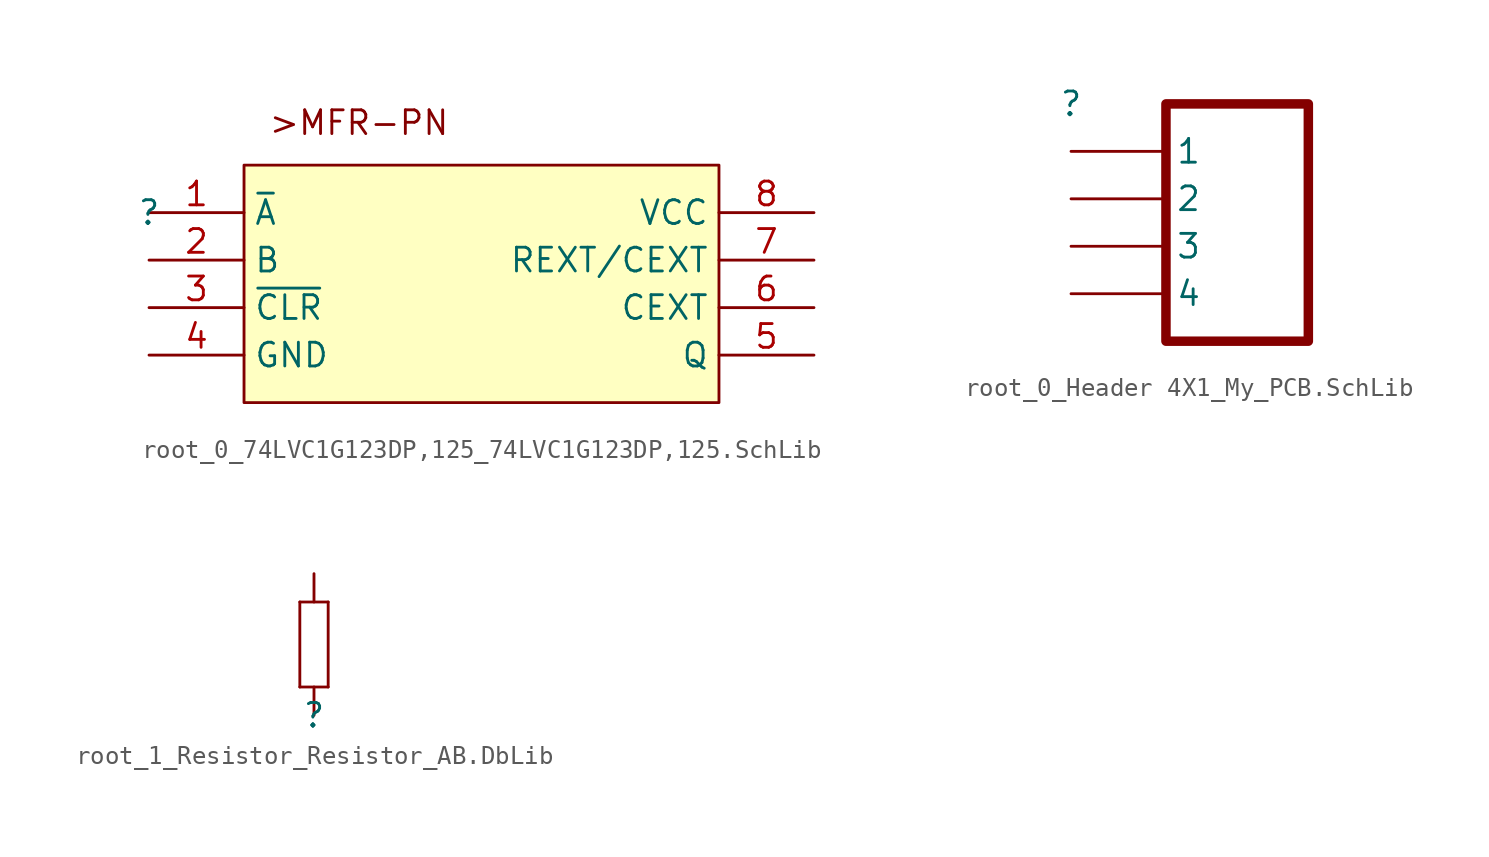
<source format=kicad_sym>
(kicad_symbol_lib
  (version 20241209)
  (generator "kicad_symbol_editor")
  (generator_version "9.0")
  (symbol "root_0_74LVC1G123DP,125_74LVC1G123DP,125.SchLib"
    (property "Reference" ""
      (at 0 0 0)
      (effects (font (size 1.27 1.27))))
    (property "Value" ""
      (at 0 0 0)
      (effects (font (size 1.27 1.27))))
    (symbol "root_0_74LVC1G123DP,125_74LVC1G123DP,125.SchLib_1_0"
      (rectangle (start 30.48 2.54) (end 5.08 -10.16) (stroke (width 0) (type solid) (color 128 0 0 1)) (fill (type background)))
      (text ">MFR-PN" (at 6.35 4.064 0) (effects (font (size 1.27 1.27)) (justify left bottom)))
      (pin bidirectional line (at 0 0 0) (length 5.08) (name "~{A}" (effects (font (size 1.27 1.27)))) (number "1" (effects (font (size 1.27 1.27)))))
      (pin bidirectional line (at 0 -2.54 0) (length 5.08) (name "B" (effects (font (size 1.27 1.27)))) (number "2" (effects (font (size 1.27 1.27)))))
      (pin bidirectional line (at 0 -5.08 0) (length 5.08) (name "~{CLR}" (effects (font (size 1.27 1.27)))) (number "3" (effects (font (size 1.27 1.27)))))
      (pin bidirectional line (at 0 -7.62 0) (length 5.08) (name "GND" (effects (font (size 1.27 1.27)))) (number "4" (effects (font (size 1.27 1.27)))))
      (pin bidirectional line (at 35.56 0 180) (length 5.08) (name "VCC" (effects (font (size 1.27 1.27)))) (number "8" (effects (font (size 1.27 1.27)))))
      (pin bidirectional line (at 35.56 -2.54 180) (length 5.08) (name "REXT/CEXT" (effects (font (size 1.27 1.27)))) (number "7" (effects (font (size 1.27 1.27)))))
      (pin bidirectional line (at 35.56 -5.08 180) (length 5.08) (name "CEXT" (effects (font (size 1.27 1.27)))) (number "6" (effects (font (size 1.27 1.27)))))
      (pin bidirectional line (at 35.56 -7.62 180) (length 5.08) (name "Q" (effects (font (size 1.27 1.27)))) (number "5" (effects (font (size 1.27 1.27)))))))
  (symbol "root_0_Header 4X1_My_PCB.SchLib"
    (pin_numbers
      (hide yes))
    (property "Reference" ""
      (at 0 0 0)
      (effects (font (size 1.27 1.27))))
    (property "Value" ""
      (at 0 0 0)
      (effects (font (size 1.27 1.27))))
    (symbol "root_0_Header 4X1_My_PCB.SchLib_1_0"
      (polyline (pts (xy 5.08 0) (xy 5.08 -12.7) (xy 12.7 -12.7) (xy 12.7 0) (xy 5.08 0)) (stroke (width 0.508) (type solid)) (fill (type none)))
      (pin passive line (at 0 -2.54 0) (length 5.08) (name "1" (effects (font (size 1.27 1.27)))) (number "1" (effects (font (size 1.27 1.27)))))
      (pin passive line (at 0 -5.08 0) (length 5.08) (name "2" (effects (font (size 1.27 1.27)))) (number "2" (effects (font (size 1.27 1.27)))))
      (pin passive line (at 0 -7.62 0) (length 5.08) (name "3" (effects (font (size 1.27 1.27)))) (number "3" (effects (font (size 1.27 1.27)))))
      (pin passive line (at 0 -10.16 0) (length 5.08) (name "4" (effects (font (size 1.27 1.27)))) (number "4" (effects (font (size 1.27 1.27)))))))
  (symbol "root_1_Resistor_Resistor_AB.DbLib"
    (pin_numbers
      (hide yes))
    (pin_names
      (hide yes))
    (property "Reference" ""
      (at 0 0 0)
      (effects (font (size 1.27 1.27))))
    (property "Value" ""
      (at 0 0 0)
      (effects (font (size 1.27 1.27))))
    (symbol "root_1_Resistor_Resistor_AB.DbLib_1_0"
      (polyline (pts (xy -0.762 6.096) (xy -0.762 1.524)) (stroke (width 0) (type solid)) (fill (type none)))
      (polyline (pts (xy -0.762 1.524) (xy 0.762 1.524)) (stroke (width 0) (type solid)) (fill (type none)))
      (polyline (pts (xy 0.762 6.096) (xy -0.762 6.096)) (stroke (width 0) (type solid)) (fill (type none)))
      (polyline (pts (xy 0.762 1.524) (xy 0.762 6.096)) (stroke (width 0) (type solid)) (fill (type none)))
      (pin passive line (at 0 7.62 270) (length 1.524) (name "2" (effects (font (size 1.27 1.27)))) (number "2" (effects (font (size 1.27 1.27)))))
      (pin passive line (at 0 0 90) (length 1.524) (name "1" (effects (font (size 1.27 1.27)))) (number "1" (effects (font (size 1.27 1.27))))))))
</source>
